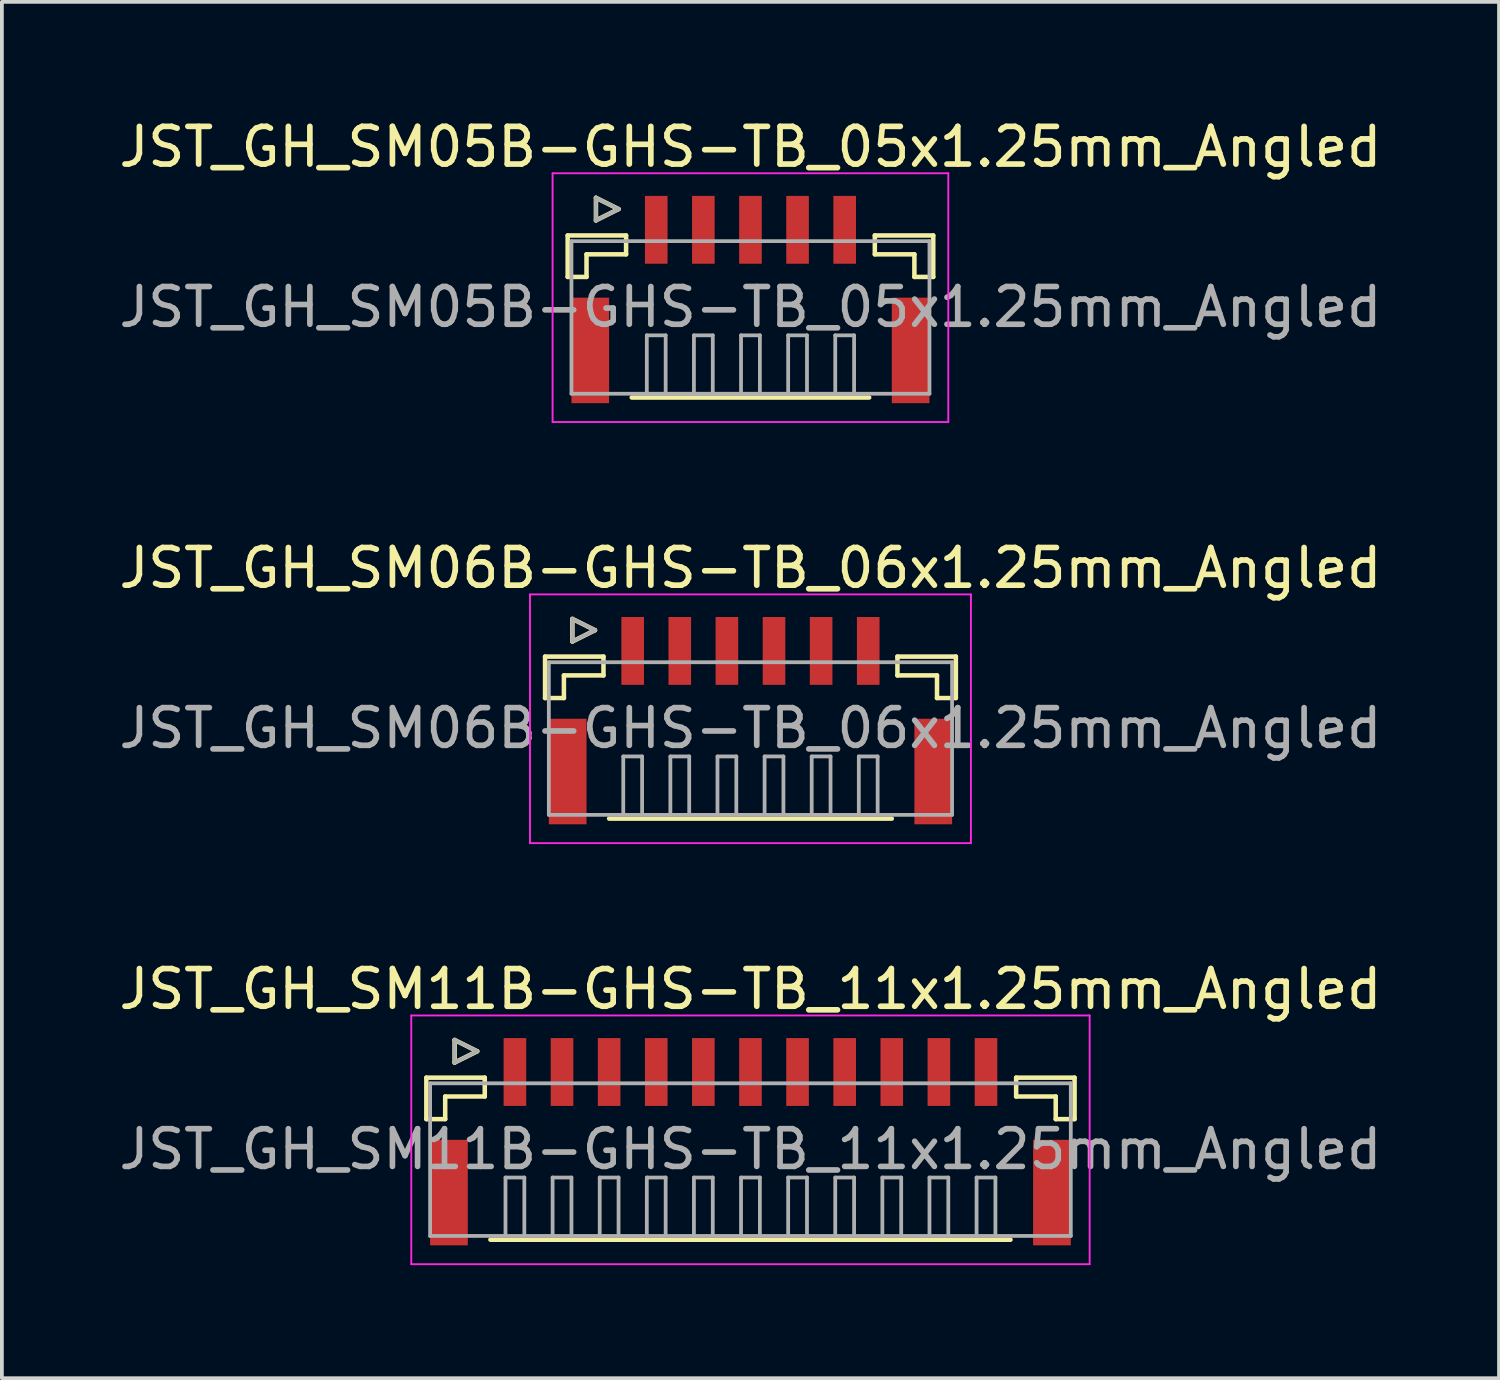
<source format=kicad_pcb>
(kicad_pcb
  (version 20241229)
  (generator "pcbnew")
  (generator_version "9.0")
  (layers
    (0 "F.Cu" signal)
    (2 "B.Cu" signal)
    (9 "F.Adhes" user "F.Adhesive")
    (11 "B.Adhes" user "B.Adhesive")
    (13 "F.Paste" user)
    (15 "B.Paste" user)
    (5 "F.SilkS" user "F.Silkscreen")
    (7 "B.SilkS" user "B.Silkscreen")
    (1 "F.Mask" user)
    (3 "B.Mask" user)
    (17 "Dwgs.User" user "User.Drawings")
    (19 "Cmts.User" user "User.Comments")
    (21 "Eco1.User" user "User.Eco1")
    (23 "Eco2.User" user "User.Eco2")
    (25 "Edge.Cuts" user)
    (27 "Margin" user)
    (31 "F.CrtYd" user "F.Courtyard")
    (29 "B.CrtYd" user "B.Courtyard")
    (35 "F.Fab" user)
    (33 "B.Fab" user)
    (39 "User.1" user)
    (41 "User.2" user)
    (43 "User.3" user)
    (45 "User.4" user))
  (footprint "JST_GH_SM05B-GHS-TB_05x1.25mm_Angled"
    (layer "F.Cu")
    (at 16.863 4.648)
    (property "Reference" "JST_GH_SM05B-GHS-TB_05x1.25mm_Angled" (at 0 -3.8 0) (layer "F.SilkS") (effects (font (size 1 1) (thickness 0.15))))
    (attr smd)
    (fp_line (start -4.85 -1.45) (end -3.3 -1.45) (stroke (width 0.12) (type solid)) (layer "F.SilkS"))
    (fp_line (start -4.85 -0.35) (end -4.85 -1.45) (stroke (width 0.12) (type solid)) (layer "F.SilkS"))
    (fp_line (start -4.35 -0.95) (end -4.35 -0.35) (stroke (width 0.12) (type solid)) (layer "F.SilkS"))
    (fp_line (start -4.35 -0.35) (end -4.85 -0.35) (stroke (width 0.12) (type solid)) (layer "F.SilkS"))
    (fp_line (start -4.1 -2.45) (end -4.1 -1.85) (stroke (width 0.12) (type solid)) (layer "F.SilkS"))
    (fp_line (start -4.1 -1.85) (end -3.5 -2.15) (stroke (width 0.12) (type solid)) (layer "F.SilkS"))
    (fp_line (start -3.5 -2.15) (end -4.1 -2.45) (stroke (width 0.12) (type solid)) (layer "F.SilkS"))
    (fp_line (start -3.3 -1.45) (end -3.3 -0.95) (stroke (width 0.12) (type solid)) (layer "F.SilkS"))
    (fp_line (start -3.3 -0.95) (end -4.35 -0.95) (stroke (width 0.12) (type solid)) (layer "F.SilkS"))
    (fp_line (start -3.15 2.85) (end 3.15 2.85) (stroke (width 0.12) (type solid)) (layer "F.SilkS"))
    (fp_line (start 3.3 -1.45) (end 3.3 -0.95) (stroke (width 0.12) (type solid)) (layer "F.SilkS"))
    (fp_line (start 3.3 -0.95) (end 4.35 -0.95) (stroke (width 0.12) (type solid)) (layer "F.SilkS"))
    (fp_line (start 4.35 -0.95) (end 4.35 -0.35) (stroke (width 0.12) (type solid)) (layer "F.SilkS"))
    (fp_line (start 4.35 -0.35) (end 4.85 -0.35) (stroke (width 0.12) (type solid)) (layer "F.SilkS"))
    (fp_line (start 4.85 -1.45) (end 3.3 -1.45) (stroke (width 0.12) (type solid)) (layer "F.SilkS"))
    (fp_line (start 4.85 -0.35) (end 4.85 -1.45) (stroke (width 0.12) (type solid)) (layer "F.SilkS"))
    (fp_line (start -5.25 -3.1) (end -5.25 3.5) (stroke (width 0.05) (type solid)) (layer "F.CrtYd"))
    (fp_line (start -5.25 3.5) (end 5.25 3.5) (stroke (width 0.05) (type solid)) (layer "F.CrtYd"))
    (fp_line (start 5.25 -3.1) (end -5.25 -3.1) (stroke (width 0.05) (type solid)) (layer "F.CrtYd"))
    (fp_line (start 5.25 3.5) (end 5.25 -3.1) (stroke (width 0.05) (type solid)) (layer "F.CrtYd"))
    (fp_line (start -4.75 -1.3) (end -4.75 2.75) (stroke (width 0.1) (type solid)) (layer "F.Fab"))
    (fp_line (start -4.75 2.75) (end 4.75 2.75) (stroke (width 0.1) (type solid)) (layer "F.Fab"))
    (fp_line (start -4.1 -2.45) (end -4.1 -1.85) (stroke (width 0.1) (type solid)) (layer "F.Fab"))
    (fp_line (start -4.1 -1.85) (end -3.5 -2.15) (stroke (width 0.1) (type solid)) (layer "F.Fab"))
    (fp_line (start -3.5 -2.15) (end -4.1 -2.45) (stroke (width 0.1) (type solid)) (layer "F.Fab"))
    (fp_line (start -2.75 1.2) (end -2.25 1.2) (stroke (width 0.1) (type solid)) (layer "F.Fab"))
    (fp_line (start -2.75 2.7) (end -2.75 1.2) (stroke (width 0.1) (type solid)) (layer "F.Fab"))
    (fp_line (start -2.25 1.2) (end -2.25 2.7) (stroke (width 0.1) (type solid)) (layer "F.Fab"))
    (fp_line (start -1.5 1.2) (end -1 1.2) (stroke (width 0.1) (type solid)) (layer "F.Fab"))
    (fp_line (start -1.5 2.7) (end -1.5 1.2) (stroke (width 0.1) (type solid)) (layer "F.Fab"))
    (fp_line (start -1 1.2) (end -1 2.7) (stroke (width 0.1) (type solid)) (layer "F.Fab"))
    (fp_line (start -0.25 1.2) (end 0.25 1.2) (stroke (width 0.1) (type solid)) (layer "F.Fab"))
    (fp_line (start -0.25 2.7) (end -0.25 1.2) (stroke (width 0.1) (type solid)) (layer "F.Fab"))
    (fp_line (start 0.25 1.2) (end 0.25 2.7) (stroke (width 0.1) (type solid)) (layer "F.Fab"))
    (fp_line (start 1 1.2) (end 1.5 1.2) (stroke (width 0.1) (type solid)) (layer "F.Fab"))
    (fp_line (start 1 2.7) (end 1 1.2) (stroke (width 0.1) (type solid)) (layer "F.Fab"))
    (fp_line (start 1.5 1.2) (end 1.5 2.7) (stroke (width 0.1) (type solid)) (layer "F.Fab"))
    (fp_line (start 2.25 1.2) (end 2.75 1.2) (stroke (width 0.1) (type solid)) (layer "F.Fab"))
    (fp_line (start 2.25 2.7) (end 2.25 1.2) (stroke (width 0.1) (type solid)) (layer "F.Fab"))
    (fp_line (start 2.75 1.2) (end 2.75 2.7) (stroke (width 0.1) (type solid)) (layer "F.Fab"))
    (fp_line (start 4.75 -1.3) (end -4.75 -1.3) (stroke (width 0.1) (type solid)) (layer "F.Fab"))
    (fp_line (start 4.75 2.75) (end 4.75 -1.3) (stroke (width 0.1) (type solid)) (layer "F.Fab"))
    (fp_text user "${REFERENCE}" (at 0 0.45 0) (layer "F.Fab") (effects (font (size 1 1) (thickness 0.15))))
    (pad "" smd rect (at -4.25 1.6) (size 1 2.8) (layers "F.Cu" "F.Mask" "F.Paste"))
    (pad "" smd rect (at 4.25 1.6) (size 1 2.8) (layers "F.Cu" "F.Mask" "F.Paste"))
    (pad "1" smd rect (at -2.5 -1.6) (size 0.6 1.8) (layers "F.Cu" "F.Mask" "F.Paste"))
    (pad "2" smd rect (at -1.25 -1.6) (size 0.6 1.8) (layers "F.Cu" "F.Mask" "F.Paste"))
    (pad "3" smd rect (at 0 -1.6) (size 0.6 1.8) (layers "F.Cu" "F.Mask" "F.Paste"))
    (pad "4" smd rect (at 1.25 -1.6) (size 0.6 1.8) (layers "F.Cu" "F.Mask" "F.Paste"))
    (pad "5" smd rect (at 2.5 -1.6) (size 0.6 1.8) (layers "F.Cu" "F.Mask" "F.Paste")))
  (footprint "JST_GH_SM06B-GHS-TB_06x1.25mm_Angled"
    (layer "F.Cu")
    (at 16.863 15.822)
    (property "Reference" "JST_GH_SM06B-GHS-TB_06x1.25mm_Angled" (at 0 -3.8 0) (layer "F.SilkS") (effects (font (size 1 1) (thickness 0.15))))
    (attr smd)
    (fp_line (start -5.45 -1.45) (end -3.9 -1.45) (stroke (width 0.12) (type solid)) (layer "F.SilkS"))
    (fp_line (start -5.45 -0.35) (end -5.45 -1.45) (stroke (width 0.12) (type solid)) (layer "F.SilkS"))
    (fp_line (start -4.95 -0.95) (end -4.95 -0.35) (stroke (width 0.12) (type solid)) (layer "F.SilkS"))
    (fp_line (start -4.95 -0.35) (end -5.45 -0.35) (stroke (width 0.12) (type solid)) (layer "F.SilkS"))
    (fp_line (start -4.725 -2.45) (end -4.725 -1.85) (stroke (width 0.12) (type solid)) (layer "F.SilkS"))
    (fp_line (start -4.725 -1.85) (end -4.125 -2.15) (stroke (width 0.12) (type solid)) (layer "F.SilkS"))
    (fp_line (start -4.125 -2.15) (end -4.725 -2.45) (stroke (width 0.12) (type solid)) (layer "F.SilkS"))
    (fp_line (start -3.9 -1.45) (end -3.9 -0.95) (stroke (width 0.12) (type solid)) (layer "F.SilkS"))
    (fp_line (start -3.9 -0.95) (end -4.95 -0.95) (stroke (width 0.12) (type solid)) (layer "F.SilkS"))
    (fp_line (start -3.75 2.85) (end 3.75 2.85) (stroke (width 0.12) (type solid)) (layer "F.SilkS"))
    (fp_line (start 3.9 -1.45) (end 3.9 -0.95) (stroke (width 0.12) (type solid)) (layer "F.SilkS"))
    (fp_line (start 3.9 -0.95) (end 4.95 -0.95) (stroke (width 0.12) (type solid)) (layer "F.SilkS"))
    (fp_line (start 4.95 -0.95) (end 4.95 -0.35) (stroke (width 0.12) (type solid)) (layer "F.SilkS"))
    (fp_line (start 4.95 -0.35) (end 5.45 -0.35) (stroke (width 0.12) (type solid)) (layer "F.SilkS"))
    (fp_line (start 5.45 -1.45) (end 3.9 -1.45) (stroke (width 0.12) (type solid)) (layer "F.SilkS"))
    (fp_line (start 5.45 -0.35) (end 5.45 -1.45) (stroke (width 0.12) (type solid)) (layer "F.SilkS"))
    (fp_line (start -5.85 -3.1) (end -5.85 3.5) (stroke (width 0.05) (type solid)) (layer "F.CrtYd"))
    (fp_line (start -5.85 3.5) (end 5.85 3.5) (stroke (width 0.05) (type solid)) (layer "F.CrtYd"))
    (fp_line (start 5.85 -3.1) (end -5.85 -3.1) (stroke (width 0.05) (type solid)) (layer "F.CrtYd"))
    (fp_line (start 5.85 3.5) (end 5.85 -3.1) (stroke (width 0.05) (type solid)) (layer "F.CrtYd"))
    (fp_line (start -5.35 -1.3) (end -5.35 2.75) (stroke (width 0.1) (type solid)) (layer "F.Fab"))
    (fp_line (start -5.35 2.75) (end 5.35 2.75) (stroke (width 0.1) (type solid)) (layer "F.Fab"))
    (fp_line (start -4.725 -2.45) (end -4.725 -1.85) (stroke (width 0.1) (type solid)) (layer "F.Fab"))
    (fp_line (start -4.725 -1.85) (end -4.125 -2.15) (stroke (width 0.1) (type solid)) (layer "F.Fab"))
    (fp_line (start -4.125 -2.15) (end -4.725 -2.45) (stroke (width 0.1) (type solid)) (layer "F.Fab"))
    (fp_line (start -3.375 1.2) (end -2.875 1.2) (stroke (width 0.1) (type solid)) (layer "F.Fab"))
    (fp_line (start -3.375 2.7) (end -3.375 1.2) (stroke (width 0.1) (type solid)) (layer "F.Fab"))
    (fp_line (start -2.875 1.2) (end -2.875 2.7) (stroke (width 0.1) (type solid)) (layer "F.Fab"))
    (fp_line (start -2.125 1.2) (end -1.625 1.2) (stroke (width 0.1) (type solid)) (layer "F.Fab"))
    (fp_line (start -2.125 2.7) (end -2.125 1.2) (stroke (width 0.1) (type solid)) (layer "F.Fab"))
    (fp_line (start -1.625 1.2) (end -1.625 2.7) (stroke (width 0.1) (type solid)) (layer "F.Fab"))
    (fp_line (start -0.875 1.2) (end -0.375 1.2) (stroke (width 0.1) (type solid)) (layer "F.Fab"))
    (fp_line (start -0.875 2.7) (end -0.875 1.2) (stroke (width 0.1) (type solid)) (layer "F.Fab"))
    (fp_line (start -0.375 1.2) (end -0.375 2.7) (stroke (width 0.1) (type solid)) (layer "F.Fab"))
    (fp_line (start 0.375 1.2) (end 0.875 1.2) (stroke (width 0.1) (type solid)) (layer "F.Fab"))
    (fp_line (start 0.375 2.7) (end 0.375 1.2) (stroke (width 0.1) (type solid)) (layer "F.Fab"))
    (fp_line (start 0.875 1.2) (end 0.875 2.7) (stroke (width 0.1) (type solid)) (layer "F.Fab"))
    (fp_line (start 1.625 1.2) (end 2.125 1.2) (stroke (width 0.1) (type solid)) (layer "F.Fab"))
    (fp_line (start 1.625 2.7) (end 1.625 1.2) (stroke (width 0.1) (type solid)) (layer "F.Fab"))
    (fp_line (start 2.125 1.2) (end 2.125 2.7) (stroke (width 0.1) (type solid)) (layer "F.Fab"))
    (fp_line (start 2.875 1.2) (end 3.375 1.2) (stroke (width 0.1) (type solid)) (layer "F.Fab"))
    (fp_line (start 2.875 2.7) (end 2.875 1.2) (stroke (width 0.1) (type solid)) (layer "F.Fab"))
    (fp_line (start 3.375 1.2) (end 3.375 2.7) (stroke (width 0.1) (type solid)) (layer "F.Fab"))
    (fp_line (start 5.35 -1.3) (end -5.35 -1.3) (stroke (width 0.1) (type solid)) (layer "F.Fab"))
    (fp_line (start 5.35 2.75) (end 5.35 -1.3) (stroke (width 0.1) (type solid)) (layer "F.Fab"))
    (fp_text user "${REFERENCE}" (at 0 0.45 0) (layer "F.Fab") (effects (font (size 1 1) (thickness 0.15))))
    (pad "" smd rect (at -4.85 1.6) (size 1 2.8) (layers "F.Cu" "F.Mask" "F.Paste"))
    (pad "" smd rect (at 4.85 1.6) (size 1 2.8) (layers "F.Cu" "F.Mask" "F.Paste"))
    (pad "1" smd rect (at -3.125 -1.6) (size 0.6 1.8) (layers "F.Cu" "F.Mask" "F.Paste"))
    (pad "2" smd rect (at -1.875 -1.6) (size 0.6 1.8) (layers "F.Cu" "F.Mask" "F.Paste"))
    (pad "3" smd rect (at -0.625 -1.6) (size 0.6 1.8) (layers "F.Cu" "F.Mask" "F.Paste"))
    (pad "4" smd rect (at 0.625 -1.6) (size 0.6 1.8) (layers "F.Cu" "F.Mask" "F.Paste"))
    (pad "5" smd rect (at 1.875 -1.6) (size 0.6 1.8) (layers "F.Cu" "F.Mask" "F.Paste"))
    (pad "6" smd rect (at 3.125 -1.6) (size 0.6 1.8) (layers "F.Cu" "F.Mask" "F.Paste")))
  (footprint "JST_GH_SM11B-GHS-TB_11x1.25mm_Angled"
    (layer "F.Cu")
    (at 16.863 26.995)
    (property "Reference" "JST_GH_SM11B-GHS-TB_11x1.25mm_Angled" (at 0 -3.8 0) (layer "F.SilkS") (effects (font (size 1 1) (thickness 0.15))))
    (attr smd)
    (fp_line (start -8.6 -1.45) (end -7.05 -1.45) (stroke (width 0.12) (type solid)) (layer "F.SilkS"))
    (fp_line (start -8.6 -0.35) (end -8.6 -1.45) (stroke (width 0.12) (type solid)) (layer "F.SilkS"))
    (fp_line (start -8.1 -0.95) (end -8.1 -0.35) (stroke (width 0.12) (type solid)) (layer "F.SilkS"))
    (fp_line (start -8.1 -0.35) (end -8.6 -0.35) (stroke (width 0.12) (type solid)) (layer "F.SilkS"))
    (fp_line (start -7.85 -2.45) (end -7.85 -1.85) (stroke (width 0.12) (type solid)) (layer "F.SilkS"))
    (fp_line (start -7.85 -1.85) (end -7.25 -2.15) (stroke (width 0.12) (type solid)) (layer "F.SilkS"))
    (fp_line (start -7.25 -2.15) (end -7.85 -2.45) (stroke (width 0.12) (type solid)) (layer "F.SilkS"))
    (fp_line (start -7.05 -1.45) (end -7.05 -0.95) (stroke (width 0.12) (type solid)) (layer "F.SilkS"))
    (fp_line (start -7.05 -0.95) (end -8.1 -0.95) (stroke (width 0.12) (type solid)) (layer "F.SilkS"))
    (fp_line (start -6.9 2.85) (end 6.9 2.85) (stroke (width 0.12) (type solid)) (layer "F.SilkS"))
    (fp_line (start 7.05 -1.45) (end 7.05 -0.95) (stroke (width 0.12) (type solid)) (layer "F.SilkS"))
    (fp_line (start 7.05 -0.95) (end 8.1 -0.95) (stroke (width 0.12) (type solid)) (layer "F.SilkS"))
    (fp_line (start 8.1 -0.95) (end 8.1 -0.35) (stroke (width 0.12) (type solid)) (layer "F.SilkS"))
    (fp_line (start 8.1 -0.35) (end 8.6 -0.35) (stroke (width 0.12) (type solid)) (layer "F.SilkS"))
    (fp_line (start 8.6 -1.45) (end 7.05 -1.45) (stroke (width 0.12) (type solid)) (layer "F.SilkS"))
    (fp_line (start 8.6 -0.35) (end 8.6 -1.45) (stroke (width 0.12) (type solid)) (layer "F.SilkS"))
    (fp_line (start -9 -3.1) (end -9 3.5) (stroke (width 0.05) (type solid)) (layer "F.CrtYd"))
    (fp_line (start -9 3.5) (end 9 3.5) (stroke (width 0.05) (type solid)) (layer "F.CrtYd"))
    (fp_line (start 9 -3.1) (end -9 -3.1) (stroke (width 0.05) (type solid)) (layer "F.CrtYd"))
    (fp_line (start 9 3.5) (end 9 -3.1) (stroke (width 0.05) (type solid)) (layer "F.CrtYd"))
    (fp_line (start -8.5 -1.3) (end -8.5 2.75) (stroke (width 0.1) (type solid)) (layer "F.Fab"))
    (fp_line (start -8.5 2.75) (end 8.5 2.75) (stroke (width 0.1) (type solid)) (layer "F.Fab"))
    (fp_line (start -7.85 -2.45) (end -7.85 -1.85) (stroke (width 0.1) (type solid)) (layer "F.Fab"))
    (fp_line (start -7.85 -1.85) (end -7.25 -2.15) (stroke (width 0.1) (type solid)) (layer "F.Fab"))
    (fp_line (start -7.25 -2.15) (end -7.85 -2.45) (stroke (width 0.1) (type solid)) (layer "F.Fab"))
    (fp_line (start -6.5 1.2) (end -6 1.2) (stroke (width 0.1) (type solid)) (layer "F.Fab"))
    (fp_line (start -6.5 2.7) (end -6.5 1.2) (stroke (width 0.1) (type solid)) (layer "F.Fab"))
    (fp_line (start -6 1.2) (end -6 2.7) (stroke (width 0.1) (type solid)) (layer "F.Fab"))
    (fp_line (start -5.25 1.2) (end -4.75 1.2) (stroke (width 0.1) (type solid)) (layer "F.Fab"))
    (fp_line (start -5.25 2.7) (end -5.25 1.2) (stroke (width 0.1) (type solid)) (layer "F.Fab"))
    (fp_line (start -4.75 1.2) (end -4.75 2.7) (stroke (width 0.1) (type solid)) (layer "F.Fab"))
    (fp_line (start -4 1.2) (end -3.5 1.2) (stroke (width 0.1) (type solid)) (layer "F.Fab"))
    (fp_line (start -4 2.7) (end -4 1.2) (stroke (width 0.1) (type solid)) (layer "F.Fab"))
    (fp_line (start -3.5 1.2) (end -3.5 2.7) (stroke (width 0.1) (type solid)) (layer "F.Fab"))
    (fp_line (start -2.75 1.2) (end -2.25 1.2) (stroke (width 0.1) (type solid)) (layer "F.Fab"))
    (fp_line (start -2.75 2.7) (end -2.75 1.2) (stroke (width 0.1) (type solid)) (layer "F.Fab"))
    (fp_line (start -2.25 1.2) (end -2.25 2.7) (stroke (width 0.1) (type solid)) (layer "F.Fab"))
    (fp_line (start -1.5 1.2) (end -1 1.2) (stroke (width 0.1) (type solid)) (layer "F.Fab"))
    (fp_line (start -1.5 2.7) (end -1.5 1.2) (stroke (width 0.1) (type solid)) (layer "F.Fab"))
    (fp_line (start -1 1.2) (end -1 2.7) (stroke (width 0.1) (type solid)) (layer "F.Fab"))
    (fp_line (start -0.25 1.2) (end 0.25 1.2) (stroke (width 0.1) (type solid)) (layer "F.Fab"))
    (fp_line (start -0.25 2.7) (end -0.25 1.2) (stroke (width 0.1) (type solid)) (layer "F.Fab"))
    (fp_line (start 0.25 1.2) (end 0.25 2.7) (stroke (width 0.1) (type solid)) (layer "F.Fab"))
    (fp_line (start 1 1.2) (end 1.5 1.2) (stroke (width 0.1) (type solid)) (layer "F.Fab"))
    (fp_line (start 1 2.7) (end 1 1.2) (stroke (width 0.1) (type solid)) (layer "F.Fab"))
    (fp_line (start 1.5 1.2) (end 1.5 2.7) (stroke (width 0.1) (type solid)) (layer "F.Fab"))
    (fp_line (start 2.25 1.2) (end 2.75 1.2) (stroke (width 0.1) (type solid)) (layer "F.Fab"))
    (fp_line (start 2.25 2.7) (end 2.25 1.2) (stroke (width 0.1) (type solid)) (layer "F.Fab"))
    (fp_line (start 2.75 1.2) (end 2.75 2.7) (stroke (width 0.1) (type solid)) (layer "F.Fab"))
    (fp_line (start 3.5 1.2) (end 4 1.2) (stroke (width 0.1) (type solid)) (layer "F.Fab"))
    (fp_line (start 3.5 2.7) (end 3.5 1.2) (stroke (width 0.1) (type solid)) (layer "F.Fab"))
    (fp_line (start 4 1.2) (end 4 2.7) (stroke (width 0.1) (type solid)) (layer "F.Fab"))
    (fp_line (start 4.75 1.2) (end 5.25 1.2) (stroke (width 0.1) (type solid)) (layer "F.Fab"))
    (fp_line (start 4.75 2.7) (end 4.75 1.2) (stroke (width 0.1) (type solid)) (layer "F.Fab"))
    (fp_line (start 5.25 1.2) (end 5.25 2.7) (stroke (width 0.1) (type solid)) (layer "F.Fab"))
    (fp_line (start 6 1.2) (end 6.5 1.2) (stroke (width 0.1) (type solid)) (layer "F.Fab"))
    (fp_line (start 6 2.7) (end 6 1.2) (stroke (width 0.1) (type solid)) (layer "F.Fab"))
    (fp_line (start 6.5 1.2) (end 6.5 2.7) (stroke (width 0.1) (type solid)) (layer "F.Fab"))
    (fp_line (start 8.5 -1.3) (end -8.5 -1.3) (stroke (width 0.1) (type solid)) (layer "F.Fab"))
    (fp_line (start 8.5 2.75) (end 8.5 -1.3) (stroke (width 0.1) (type solid)) (layer "F.Fab"))
    (fp_text user "${REFERENCE}" (at 0 0.45 0) (layer "F.Fab") (effects (font (size 1 1) (thickness 0.15))))
    (pad "" smd rect (at -8 1.6) (size 1 2.8) (layers "F.Cu" "F.Mask" "F.Paste"))
    (pad "" smd rect (at 8 1.6) (size 1 2.8) (layers "F.Cu" "F.Mask" "F.Paste"))
    (pad "1" smd rect (at -6.25 -1.6) (size 0.6 1.8) (layers "F.Cu" "F.Mask" "F.Paste"))
    (pad "2" smd rect (at -5 -1.6) (size 0.6 1.8) (layers "F.Cu" "F.Mask" "F.Paste"))
    (pad "3" smd rect (at -3.75 -1.6) (size 0.6 1.8) (layers "F.Cu" "F.Mask" "F.Paste"))
    (pad "4" smd rect (at -2.5 -1.6) (size 0.6 1.8) (layers "F.Cu" "F.Mask" "F.Paste"))
    (pad "5" smd rect (at -1.25 -1.6) (size 0.6 1.8) (layers "F.Cu" "F.Mask" "F.Paste"))
    (pad "6" smd rect (at 0 -1.6) (size 0.6 1.8) (layers "F.Cu" "F.Mask" "F.Paste"))
    (pad "7" smd rect (at 1.25 -1.6) (size 0.6 1.8) (layers "F.Cu" "F.Mask" "F.Paste"))
    (pad "8" smd rect (at 2.5 -1.6) (size 0.6 1.8) (layers "F.Cu" "F.Mask" "F.Paste"))
    (pad "9" smd rect (at 3.75 -1.6) (size 0.6 1.8) (layers "F.Cu" "F.Mask" "F.Paste"))
    (pad "10" smd rect (at 5 -1.6) (size 0.6 1.8) (layers "F.Cu" "F.Mask" "F.Paste"))
    (pad "11" smd rect (at 6.25 -1.6) (size 0.6 1.8) (layers "F.Cu" "F.Mask" "F.Paste")))
  (gr_rect
    (start -3 -3)
    (end 36.726 33.52)
    (stroke (width 0.1) (type default))
    (fill no)
    (layer "Edge.Cuts")))
</source>
